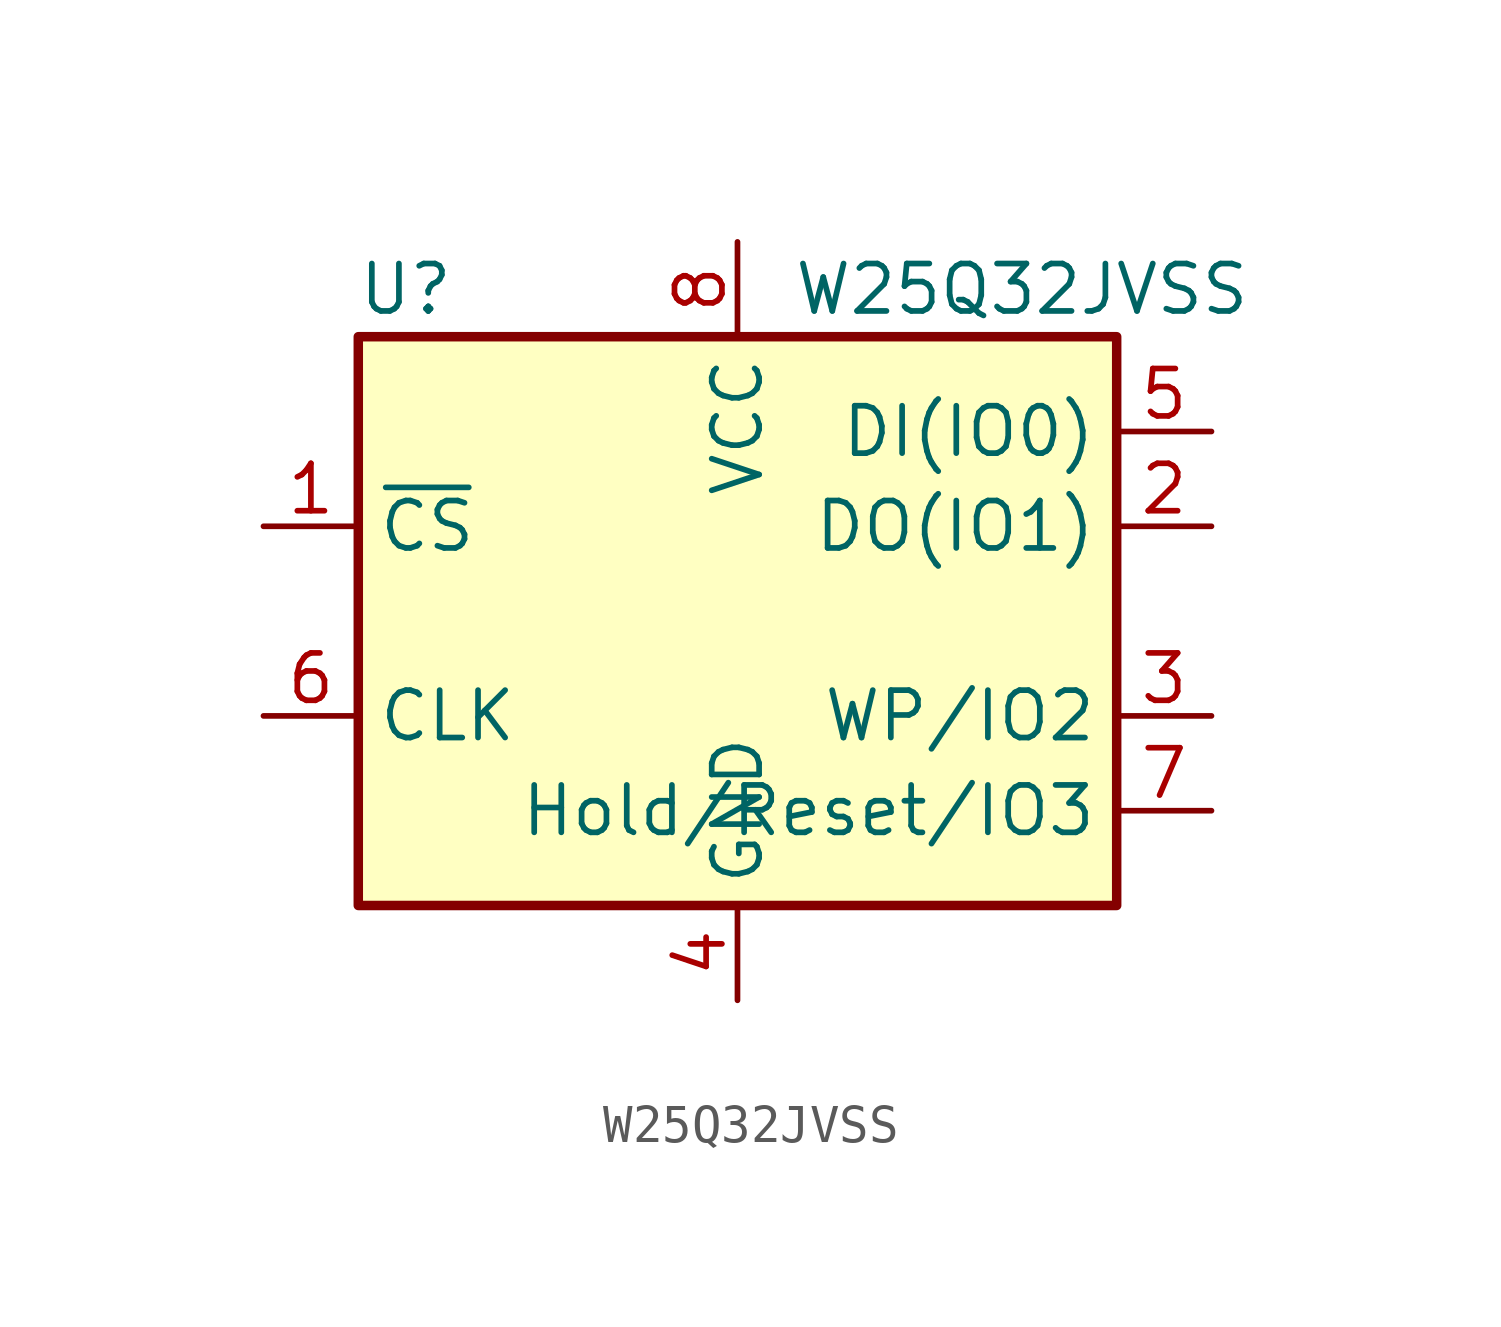
<source format=kicad_sym>
(kicad_symbol_lib
  (version 20211014)
  (generator kicad_symbol_editor)
  (symbol "W25Q32JVSS"
    (property "Reference" "U"
      (at -8.89 8.89 0)
      (effects (font (size 1.27 1.27))))
    (property "Value" "W25Q32JVSS"
      (at 7.62 8.89 0)
      (effects (font (size 1.27 1.27))))
    (symbol "W25Q32JVSS_0_1"
      (rectangle (start -10.16 7.62) (end 10.16 -7.62) (stroke (width 0.254) (type default) (color 0 0 0 0)) (fill (type background))))
    (symbol "W25Q32JVSS_1_1"
      (pin input line (at -12.7 2.54 0) (length 2.54) (name "~{CS}" (effects (font (size 1.27 1.27)))) (number "1" (effects (font (size 1.27 1.27)))))
      (pin bidirectional line (at 12.7 2.54 180) (length 2.54) (name "DO(IO1)" (effects (font (size 1.27 1.27)))) (number "2" (effects (font (size 1.27 1.27)))))
      (pin bidirectional line (at 12.7 -2.54 180) (length 2.54) (name "WP/IO2" (effects (font (size 1.27 1.27)))) (number "3" (effects (font (size 1.27 1.27)))))
      (pin power_in line (at 0 -10.16 90) (length 2.54) (name "GND" (effects (font (size 1.27 1.27)))) (number "4" (effects (font (size 1.27 1.27)))))
      (pin bidirectional line (at 12.7 5.08 180) (length 2.54) (name "DI(IO0)" (effects (font (size 1.27 1.27)))) (number "5" (effects (font (size 1.27 1.27)))))
      (pin input line (at -12.7 -2.54 0) (length 2.54) (name "CLK" (effects (font (size 1.27 1.27)))) (number "6" (effects (font (size 1.27 1.27)))))
      (pin bidirectional line (at 12.7 -5.08 180) (length 2.54) (name "Hold/Reset/IO3" (effects (font (size 1.27 1.27)))) (number "7" (effects (font (size 1.27 1.27)))))
      (pin power_in line (at 0 10.16 270) (length 2.54) (name "VCC" (effects (font (size 1.27 1.27)))) (number "8" (effects (font (size 1.27 1.27))))))))
</source>
